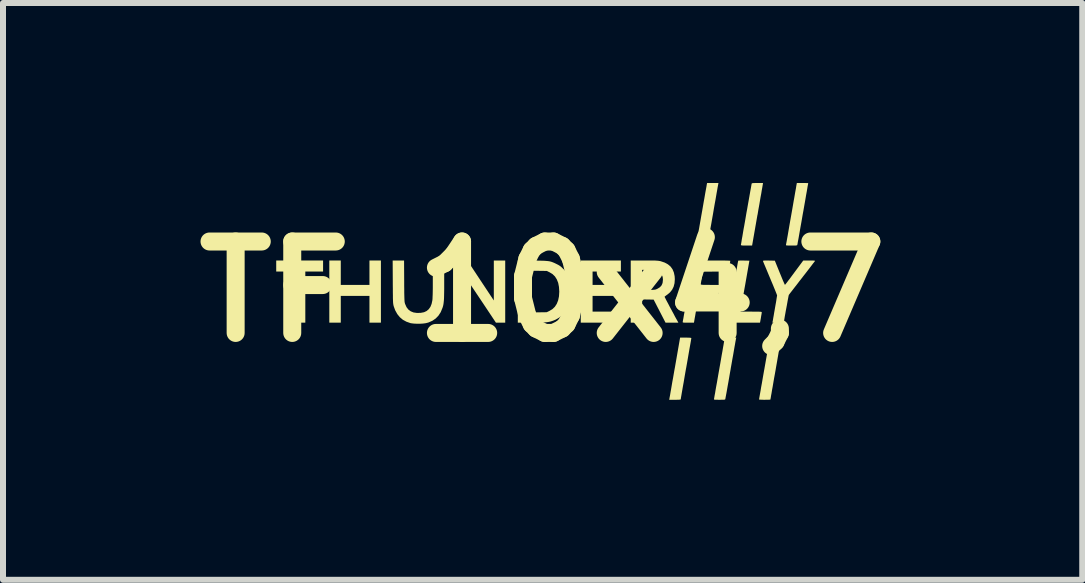
<source format=kicad_pcb>
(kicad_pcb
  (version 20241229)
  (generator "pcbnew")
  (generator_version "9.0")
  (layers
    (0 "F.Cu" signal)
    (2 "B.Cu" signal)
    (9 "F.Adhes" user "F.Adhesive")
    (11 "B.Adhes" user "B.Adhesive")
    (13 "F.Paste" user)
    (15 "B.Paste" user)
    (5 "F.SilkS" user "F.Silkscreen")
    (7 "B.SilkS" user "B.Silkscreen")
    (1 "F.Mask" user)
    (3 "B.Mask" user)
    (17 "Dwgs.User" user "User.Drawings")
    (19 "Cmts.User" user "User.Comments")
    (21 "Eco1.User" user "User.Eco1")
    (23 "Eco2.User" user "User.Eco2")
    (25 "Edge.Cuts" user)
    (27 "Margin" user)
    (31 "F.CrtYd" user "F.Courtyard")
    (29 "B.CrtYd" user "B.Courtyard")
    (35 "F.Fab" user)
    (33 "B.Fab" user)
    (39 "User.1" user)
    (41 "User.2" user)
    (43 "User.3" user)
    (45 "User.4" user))
  (footprint "TF 10x4,7"
    (layer "F.Cu")
    (at 5.994 1.81)
    (property "Reference" "TF 10x4,7" (at 0 0 0) (layer "F.SilkS") (effects (font (size 1.524 1.524) (thickness 0.3))))
    (attr board_only exclude_from_pos_files exclude_from_bom)
    (fp_poly (pts (xy -3.659 -0.334) (xy -3.955 -0.334) (xy -3.955 0.518) (xy -4.145 0.518) (xy -4.145 -0.334) (xy -4.44 -0.334) (xy -4.44 -0.518) (xy -3.659 -0.518)) (stroke (width 0) (type solid)) (fill yes) (layer "F.SilkS"))
    (fp_poly (pts (xy -3.364 -0.111) (xy -2.886 -0.111) (xy -2.886 -0.518) (xy -2.695 -0.518) (xy -2.695 0.518) (xy -2.886 0.518) (xy -2.886 0.072) (xy -3.364 0.072) (xy -3.364 0.518) (xy -3.555 0.518) (xy -3.555 -0.518) (xy -3.364 -0.518)) (stroke (width 0) (type solid)) (fill yes) (layer "F.SilkS"))
    (fp_poly (pts (xy 1.305 -0.334) (xy 0.833 -0.334) (xy 0.833 -0.111) (xy 1.194 -0.111) (xy 1.194 0.072) (xy 0.833 0.072) (xy 0.833 0.334) (xy 1.318 0.334) (xy 1.318 0.518) (xy 0.636 0.518) (xy 0.636 -0.518) (xy 1.305 -0.518)) (stroke (width 0) (type solid)) (fill yes) (layer "F.SilkS"))
    (fp_poly (pts (xy -1.034 -0.185) (xy -0.813 0.148) (xy -0.813 -0.185) (xy -0.813 -0.518) (xy -0.623 -0.518) (xy -0.623 0.518) (xy -0.778 0.518) (xy -1.015 0.162) (xy -1.253 -0.193) (xy -1.253 0.162) (xy -1.253 0.518) (xy -1.443 0.518) (xy -1.443 -0.518) (xy -1.254 -0.518)) (stroke (width 0) (type solid)) (fill yes) (layer "F.SilkS"))
    (fp_poly (pts (xy 2.425 0.768) (xy 2.453 0.769) (xy 2.47 0.771) (xy 2.478 0.774) (xy 2.479 0.775) (xy 2.478 0.783) (xy 2.475 0.802) (xy 2.47 0.833) (xy 2.463 0.873) (xy 2.454 0.922) (xy 2.444 0.979) (xy 2.433 1.043) (xy 2.421 1.113) (xy 2.408 1.188) (xy 2.394 1.267) (xy 2.39 1.287) (xy 2.376 1.366) (xy 2.363 1.442) (xy 2.351 1.514) (xy 2.339 1.579) (xy 2.329 1.638) (xy 2.32 1.689) (xy 2.313 1.731) (xy 2.307 1.764) (xy 2.304 1.786) (xy 2.302 1.796) (xy 2.302 1.797) (xy 2.296 1.8) (xy 2.278 1.802) (xy 2.249 1.803) (xy 2.212 1.804) (xy 2.206 1.804) (xy 2.11 1.804) (xy 2.114 1.785) (xy 2.115 1.776) (xy 2.119 1.755) (xy 2.125 1.723) (xy 2.132 1.681) (xy 2.141 1.631) (xy 2.151 1.572) (xy 2.162 1.507) (xy 2.175 1.437) (xy 2.188 1.361) (xy 2.202 1.282) (xy 2.205 1.267) (xy 2.292 0.767) (xy 2.386 0.767)) (stroke (width 0) (type solid)) (fill yes) (layer "F.SilkS"))
    (fp_poly (pts (xy 3.671 -1.792) (xy 3.67 -1.783) (xy 3.666 -1.762) (xy 3.661 -1.73) (xy 3.653 -1.688) (xy 3.645 -1.637) (xy 3.634 -1.579) (xy 3.623 -1.514) (xy 3.611 -1.443) (xy 3.597 -1.367) (xy 3.584 -1.288) (xy 3.58 -1.271) (xy 3.492 -0.767) (xy 3.399 -0.767) (xy 3.36 -0.768) (xy 3.334 -0.768) (xy 3.317 -0.77) (xy 3.308 -0.773) (xy 3.305 -0.776) (xy 3.306 -0.784) (xy 3.31 -0.803) (xy 3.315 -0.833) (xy 3.321 -0.873) (xy 3.33 -0.92) (xy 3.339 -0.975) (xy 3.349 -1.035) (xy 3.361 -1.099) (xy 3.373 -1.167) (xy 3.385 -1.237) (xy 3.397 -1.308) (xy 3.41 -1.378) (xy 3.422 -1.447) (xy 3.434 -1.514) (xy 3.445 -1.576) (xy 3.455 -1.633) (xy 3.464 -1.684) (xy 3.472 -1.727) (xy 3.478 -1.762) (xy 3.482 -1.786) (xy 3.485 -1.8) (xy 3.486 -1.802) (xy 3.491 -1.805) (xy 3.504 -1.808) (xy 3.528 -1.809) (xy 3.563 -1.81) (xy 3.581 -1.81) (xy 3.674 -1.81)) (stroke (width 0) (type solid)) (fill yes) (layer "F.SilkS"))
    (fp_poly (pts (xy 2.928 -1.795) (xy 2.927 -1.787) (xy 2.923 -1.766) (xy 2.917 -1.735) (xy 2.91 -1.693) (xy 2.901 -1.643) (xy 2.891 -1.585) (xy 2.88 -1.521) (xy 2.867 -1.451) (xy 2.854 -1.376) (xy 2.841 -1.298) (xy 2.84 -1.292) (xy 2.826 -1.213) (xy 2.813 -1.138) (xy 2.8 -1.067) (xy 2.789 -1.002) (xy 2.778 -0.943) (xy 2.769 -0.892) (xy 2.762 -0.85) (xy 2.756 -0.817) (xy 2.752 -0.796) (xy 2.751 -0.786) (xy 2.751 -0.785) (xy 2.747 -0.767) (xy 2.556 -0.767) (xy 2.56 -0.782) (xy 2.562 -0.791) (xy 2.565 -0.811) (xy 2.571 -0.843) (xy 2.578 -0.884) (xy 2.587 -0.934) (xy 2.597 -0.991) (xy 2.609 -1.056) (xy 2.621 -1.125) (xy 2.634 -1.199) (xy 2.646 -1.269) (xy 2.66 -1.347) (xy 2.673 -1.422) (xy 2.685 -1.492) (xy 2.697 -1.558) (xy 2.707 -1.617) (xy 2.716 -1.668) (xy 2.724 -1.711) (xy 2.73 -1.744) (xy 2.734 -1.766) (xy 2.735 -1.776) (xy 2.742 -1.81) (xy 2.932 -1.81)) (stroke (width 0) (type solid)) (fill yes) (layer "F.SilkS"))
    (fp_poly (pts (xy 3.944 0.768) (xy 3.96 0.769) (xy 3.969 0.771) (xy 3.973 0.774) (xy 3.974 0.778) (xy 3.973 0.786) (xy 3.97 0.807) (xy 3.965 0.837) (xy 3.958 0.878) (xy 3.949 0.928) (xy 3.939 0.986) (xy 3.928 1.05) (xy 3.916 1.12) (xy 3.903 1.195) (xy 3.889 1.274) (xy 3.886 1.293) (xy 3.872 1.372) (xy 3.858 1.448) (xy 3.846 1.519) (xy 3.835 1.584) (xy 3.824 1.643) (xy 3.816 1.693) (xy 3.808 1.735) (xy 3.803 1.768) (xy 3.799 1.789) (xy 3.797 1.799) (xy 3.797 1.8) (xy 3.791 1.801) (xy 3.774 1.802) (xy 3.749 1.803) (xy 3.717 1.803) (xy 3.702 1.804) (xy 3.669 1.803) (xy 3.64 1.802) (xy 3.619 1.801) (xy 3.608 1.799) (xy 3.607 1.799) (xy 3.609 1.792) (xy 3.612 1.772) (xy 3.617 1.743) (xy 3.624 1.703) (xy 3.633 1.654) (xy 3.642 1.597) (xy 3.654 1.533) (xy 3.666 1.463) (xy 3.679 1.388) (xy 3.693 1.309) (xy 3.698 1.282) (xy 3.788 0.771) (xy 3.881 0.769) (xy 3.918 0.768)) (stroke (width 0) (type solid)) (fill yes) (layer "F.SilkS"))
    (fp_poly (pts (xy 3.225 0.782) (xy 3.223 0.791) (xy 3.219 0.811) (xy 3.213 0.843) (xy 3.206 0.884) (xy 3.197 0.934) (xy 3.187 0.992) (xy 3.176 1.057) (xy 3.163 1.127) (xy 3.15 1.202) (xy 3.136 1.28) (xy 3.135 1.289) (xy 3.121 1.367) (xy 3.108 1.443) (xy 3.096 1.513) (xy 3.084 1.578) (xy 3.074 1.636) (xy 3.065 1.687) (xy 3.057 1.729) (xy 3.051 1.761) (xy 3.047 1.782) (xy 3.046 1.792) (xy 3.046 1.792) (xy 3.043 1.797) (xy 3.037 1.8) (xy 3.026 1.802) (xy 3.007 1.803) (xy 2.979 1.803) (xy 2.948 1.804) (xy 2.911 1.803) (xy 2.886 1.803) (xy 2.869 1.802) (xy 2.86 1.8) (xy 2.857 1.797) (xy 2.857 1.792) (xy 2.858 1.784) (xy 2.862 1.764) (xy 2.867 1.733) (xy 2.875 1.692) (xy 2.883 1.642) (xy 2.893 1.585) (xy 2.905 1.521) (xy 2.917 1.451) (xy 2.93 1.376) (xy 2.944 1.298) (xy 2.945 1.292) (xy 2.959 1.213) (xy 2.972 1.138) (xy 2.984 1.067) (xy 2.996 1.002) (xy 3.006 0.943) (xy 3.015 0.892) (xy 3.022 0.85) (xy 3.028 0.817) (xy 3.032 0.796) (xy 3.034 0.786) (xy 3.034 0.785) (xy 3.038 0.767) (xy 3.228 0.767)) (stroke (width 0) (type solid)) (fill yes) (layer "F.SilkS"))
    (fp_poly (pts (xy 3.345 -0.517) (xy 3.356 -0.517) (xy 3.447 -0.515) (xy 3.377 -0.115) (xy 3.364 -0.043) (xy 3.352 0.025) (xy 3.341 0.088) (xy 3.331 0.146) (xy 3.322 0.198) (xy 3.315 0.241) (xy 3.309 0.274) (xy 3.305 0.298) (xy 3.303 0.309) (xy 3.303 0.31) (xy 3.299 0.334) (xy 3.476 0.334) (xy 3.529 0.335) (xy 3.57 0.335) (xy 3.601 0.335) (xy 3.624 0.336) (xy 3.639 0.337) (xy 3.647 0.339) (xy 3.652 0.342) (xy 3.653 0.345) (xy 3.653 0.345) (xy 3.652 0.355) (xy 3.649 0.376) (xy 3.644 0.403) (xy 3.639 0.435) (xy 3.639 0.437) (xy 3.624 0.518) (xy 3.35 0.518) (xy 3.292 0.518) (xy 3.237 0.518) (xy 3.189 0.518) (xy 3.147 0.518) (xy 3.114 0.517) (xy 3.09 0.517) (xy 3.078 0.517) (xy 3.076 0.516) (xy 3.078 0.505) (xy 3.081 0.483) (xy 3.087 0.451) (xy 3.094 0.409) (xy 3.103 0.36) (xy 3.113 0.304) (xy 3.124 0.243) (xy 3.135 0.178) (xy 3.147 0.11) (xy 3.16 0.039) (xy 3.172 -0.031) (xy 3.185 -0.101) (xy 3.197 -0.17) (xy 3.209 -0.236) (xy 3.22 -0.297) (xy 3.23 -0.353) (xy 3.24 -0.403) (xy 3.247 -0.445) (xy 3.253 -0.478) (xy 3.258 -0.501) (xy 3.26 -0.513) (xy 3.261 -0.515) (xy 3.268 -0.516) (xy 3.286 -0.517) (xy 3.313 -0.517)) (stroke (width 0) (type solid)) (fill yes) (layer "F.SilkS"))
    (fp_poly (pts (xy 4.366 -1.81) (xy 4.394 -1.809) (xy 4.415 -1.809) (xy 4.426 -1.808) (xy 4.427 -1.807) (xy 4.426 -1.8) (xy 4.423 -1.782) (xy 4.417 -1.752) (xy 4.411 -1.714) (xy 4.403 -1.667) (xy 4.393 -1.613) (xy 4.383 -1.554) (xy 4.372 -1.49) (xy 4.36 -1.423) (xy 4.348 -1.353) (xy 4.335 -1.283) (xy 4.323 -1.212) (xy 4.311 -1.143) (xy 4.299 -1.077) (xy 4.288 -1.014) (xy 4.278 -0.957) (xy 4.269 -0.905) (xy 4.261 -0.861) (xy 4.254 -0.826) (xy 4.25 -0.8) (xy 4.247 -0.785) (xy 4.246 -0.782) (xy 4.245 -0.776) (xy 4.241 -0.772) (xy 4.233 -0.77) (xy 4.22 -0.768) (xy 4.198 -0.768) (xy 4.166 -0.767) (xy 4.149 -0.767) (xy 4.112 -0.767) (xy 4.086 -0.768) (xy 4.069 -0.769) (xy 4.06 -0.771) (xy 4.057 -0.774) (xy 4.057 -0.779) (xy 4.057 -0.779) (xy 4.058 -0.787) (xy 4.062 -0.807) (xy 4.068 -0.838) (xy 4.075 -0.879) (xy 4.084 -0.928) (xy 4.094 -0.986) (xy 4.105 -1.05) (xy 4.117 -1.12) (xy 4.13 -1.194) (xy 4.144 -1.273) (xy 4.145 -1.279) (xy 4.159 -1.358) (xy 4.172 -1.433) (xy 4.184 -1.504) (xy 4.196 -1.57) (xy 4.206 -1.629) (xy 4.215 -1.68) (xy 4.223 -1.723) (xy 4.228 -1.756) (xy 4.232 -1.778) (xy 4.234 -1.789) (xy 4.234 -1.789) (xy 4.238 -1.81) (xy 4.332 -1.81)) (stroke (width 0) (type solid)) (fill yes) (layer "F.SilkS"))
    (fp_poly (pts (xy -0.162 -0.516) (xy -0.094 -0.516) (xy -0.037 -0.515) (xy 0.01 -0.514) (xy 0.048 -0.512) (xy 0.08 -0.509) (xy 0.107 -0.506) (xy 0.13 -0.501) (xy 0.151 -0.495) (xy 0.172 -0.487) (xy 0.194 -0.478) (xy 0.219 -0.466) (xy 0.229 -0.461) (xy 0.261 -0.445) (xy 0.287 -0.429) (xy 0.311 -0.41) (xy 0.338 -0.384) (xy 0.345 -0.378) (xy 0.372 -0.349) (xy 0.392 -0.325) (xy 0.409 -0.3) (xy 0.425 -0.27) (xy 0.428 -0.262) (xy 0.447 -0.223) (xy 0.46 -0.189) (xy 0.47 -0.158) (xy 0.476 -0.125) (xy 0.48 -0.088) (xy 0.481 -0.044) (xy 0.482 0) (xy 0.481 0.053) (xy 0.479 0.096) (xy 0.475 0.131) (xy 0.468 0.164) (xy 0.458 0.195) (xy 0.443 0.229) (xy 0.428 0.262) (xy 0.389 0.326) (xy 0.34 0.383) (xy 0.283 0.43) (xy 0.217 0.468) (xy 0.173 0.486) (xy 0.148 0.494) (xy 0.125 0.501) (xy 0.1 0.506) (xy 0.073 0.51) (xy 0.043 0.513) (xy 0.007 0.516) (xy -0.037 0.517) (xy -0.089 0.518) (xy -0.153 0.518) (xy -0.187 0.518) (xy -0.413 0.518) (xy -0.413 -0.348) (xy -0.223 -0.348) (xy -0.223 0.349) (xy -0.077 0.346) (xy 0.069 0.344) (xy 0.113 0.323) (xy 0.163 0.293) (xy 0.204 0.254) (xy 0.236 0.205) (xy 0.259 0.147) (xy 0.273 0.08) (xy 0.278 0.003) (xy 0.278 0) (xy 0.273 -0.077) (xy 0.26 -0.145) (xy 0.237 -0.203) (xy 0.206 -0.252) (xy 0.165 -0.292) (xy 0.115 -0.322) (xy 0.113 -0.323) (xy 0.069 -0.344) (xy -0.077 -0.346) (xy -0.223 -0.348) (xy -0.413 -0.348) (xy -0.413 -0.519)) (stroke (width 0) (type solid)) (fill yes) (layer "F.SilkS"))
    (fp_poly (pts (xy 1.756 -0.518) (xy 1.806 -0.518) (xy 1.846 -0.517) (xy 1.878 -0.517) (xy 1.903 -0.515) (xy 1.924 -0.514) (xy 1.94 -0.511) (xy 1.956 -0.509) (xy 1.971 -0.505) (xy 1.971 -0.505) (xy 2.036 -0.483) (xy 2.089 -0.454) (xy 2.133 -0.417) (xy 2.166 -0.371) (xy 2.188 -0.318) (xy 2.201 -0.256) (xy 2.204 -0.205) (xy 2.199 -0.139) (xy 2.184 -0.081) (xy 2.159 -0.031) (xy 2.124 0.013) (xy 2.081 0.049) (xy 2.06 0.064) (xy 2.043 0.077) (xy 2.034 0.085) (xy 2.033 0.087) (xy 2.036 0.093) (xy 2.045 0.11) (xy 2.057 0.135) (xy 2.074 0.167) (xy 2.094 0.204) (xy 2.115 0.245) (xy 2.138 0.288) (xy 2.162 0.332) (xy 2.185 0.374) (xy 2.206 0.415) (xy 2.226 0.451) (xy 2.241 0.477) (xy 2.263 0.518) (xy 2.156 0.518) (xy 2.049 0.518) (xy 1.95 0.326) (xy 1.851 0.134) (xy 1.659 0.131) (xy 1.659 0.518) (xy 1.469 0.518) (xy 1.469 -0.362) (xy 1.659 -0.362) (xy 1.659 -0.025) (xy 1.769 -0.027) (xy 1.81 -0.028) (xy 1.84 -0.029) (xy 1.862 -0.031) (xy 1.878 -0.033) (xy 1.892 -0.037) (xy 1.905 -0.043) (xy 1.918 -0.049) (xy 1.956 -0.073) (xy 1.982 -0.102) (xy 1.998 -0.138) (xy 2.001 -0.151) (xy 2.006 -0.2) (xy 2.001 -0.245) (xy 1.984 -0.284) (xy 1.959 -0.316) (xy 1.924 -0.339) (xy 1.923 -0.34) (xy 1.909 -0.346) (xy 1.895 -0.351) (xy 1.88 -0.354) (xy 1.861 -0.356) (xy 1.836 -0.358) (xy 1.801 -0.359) (xy 1.772 -0.36) (xy 1.659 -0.362) (xy 1.469 -0.362) (xy 1.469 -0.518) (xy 1.694 -0.518)) (stroke (width 0) (type solid)) (fill yes) (layer "F.SilkS"))
    (fp_poly (pts (xy -2.307 -0.175) (xy -2.307 -0.099) (xy -2.306 -0.035) (xy -2.306 0.018) (xy -2.305 0.061) (xy -2.304 0.097) (xy -2.303 0.125) (xy -2.302 0.147) (xy -2.301 0.164) (xy -2.299 0.178) (xy -2.297 0.189) (xy -2.294 0.199) (xy -2.291 0.209) (xy -2.29 0.21) (xy -2.268 0.26) (xy -2.237 0.3) (xy -2.198 0.329) (xy -2.151 0.348) (xy -2.096 0.356) (xy -2.033 0.355) (xy -2.028 0.354) (xy -1.976 0.344) (xy -1.933 0.324) (xy -1.898 0.294) (xy -1.87 0.255) (xy -1.85 0.205) (xy -1.837 0.144) (xy -1.837 0.142) (xy -1.835 0.123) (xy -1.834 0.092) (xy -1.832 0.05) (xy -1.831 -0.001) (xy -1.83 -0.06) (xy -1.83 -0.127) (xy -1.83 -0.199) (xy -1.83 -0.214) (xy -1.83 -0.518) (xy -1.64 -0.518) (xy -1.64 -0.197) (xy -1.64 -0.115) (xy -1.64 -0.044) (xy -1.641 0.015) (xy -1.642 0.066) (xy -1.643 0.108) (xy -1.645 0.144) (xy -1.648 0.174) (xy -1.651 0.2) (xy -1.655 0.223) (xy -1.66 0.244) (xy -1.666 0.264) (xy -1.67 0.275) (xy -1.698 0.343) (xy -1.735 0.4) (xy -1.781 0.448) (xy -1.836 0.486) (xy -1.899 0.514) (xy -1.912 0.518) (xy -1.948 0.527) (xy -1.993 0.533) (xy -2.043 0.536) (xy -2.094 0.536) (xy -2.142 0.534) (xy -2.184 0.529) (xy -2.202 0.526) (xy -2.27 0.502) (xy -2.329 0.47) (xy -2.38 0.427) (xy -2.422 0.375) (xy -2.457 0.312) (xy -2.48 0.249) (xy -2.483 0.238) (xy -2.486 0.228) (xy -2.488 0.216) (xy -2.49 0.203) (xy -2.492 0.186) (xy -2.493 0.165) (xy -2.494 0.138) (xy -2.495 0.105) (xy -2.495 0.064) (xy -2.496 0.014) (xy -2.496 -0.046) (xy -2.497 -0.118) (xy -2.497 -0.159) (xy -2.499 -0.518) (xy -2.309 -0.518)) (stroke (width 0) (type solid)) (fill yes) (layer "F.SilkS"))
    (fp_poly (pts (xy 2.884 -0.518) (xy 2.942 -0.518) (xy 2.994 -0.517) (xy 3.039 -0.517) (xy 3.077 -0.516) (xy 3.105 -0.515) (xy 3.123 -0.514) (xy 3.128 -0.513) (xy 3.127 -0.505) (xy 3.125 -0.487) (xy 3.12 -0.461) (xy 3.115 -0.429) (xy 3.114 -0.421) (xy 3.099 -0.335) (xy 2.886 -0.333) (xy 2.673 -0.331) (xy 2.655 -0.233) (xy 2.649 -0.198) (xy 2.643 -0.167) (xy 2.639 -0.142) (xy 2.637 -0.126) (xy 2.637 -0.123) (xy 2.637 -0.119) (xy 2.641 -0.117) (xy 2.648 -0.115) (xy 2.661 -0.113) (xy 2.682 -0.112) (xy 2.711 -0.112) (xy 2.75 -0.112) (xy 2.8 -0.111) (xy 2.801 -0.111) (xy 2.851 -0.111) (xy 2.89 -0.111) (xy 2.919 -0.111) (xy 2.939 -0.11) (xy 2.952 -0.108) (xy 2.959 -0.106) (xy 2.962 -0.104) (xy 2.962 -0.1) (xy 2.962 -0.1) (xy 2.96 -0.09) (xy 2.956 -0.071) (xy 2.951 -0.045) (xy 2.946 -0.017) (xy 2.941 0.012) (xy 2.936 0.038) (xy 2.933 0.058) (xy 2.932 0.068) (xy 2.932 0.069) (xy 2.925 0.07) (xy 2.908 0.07) (xy 2.88 0.071) (xy 2.845 0.072) (xy 2.804 0.072) (xy 2.766 0.072) (xy 2.6 0.072) (xy 2.575 0.218) (xy 2.567 0.266) (xy 2.558 0.315) (xy 2.55 0.362) (xy 2.543 0.404) (xy 2.537 0.436) (xy 2.536 0.441) (xy 2.523 0.518) (xy 2.428 0.518) (xy 2.391 0.518) (xy 2.365 0.518) (xy 2.349 0.517) (xy 2.34 0.515) (xy 2.336 0.512) (xy 2.335 0.507) (xy 2.336 0.503) (xy 2.337 0.495) (xy 2.341 0.474) (xy 2.347 0.443) (xy 2.354 0.401) (xy 2.363 0.351) (xy 2.373 0.293) (xy 2.384 0.228) (xy 2.397 0.158) (xy 2.41 0.082) (xy 2.424 0.003) (xy 2.427 -0.015) (xy 2.515 -0.518) (xy 2.822 -0.518)) (stroke (width 0) (type solid)) (fill yes) (layer "F.SilkS"))
    (fp_poly (pts (xy 4.486 -0.518) (xy 4.514 -0.517) (xy 4.532 -0.515) (xy 4.54 -0.513) (xy 4.541 -0.51) (xy 4.536 -0.504) (xy 4.524 -0.488) (xy 4.505 -0.464) (xy 4.481 -0.432) (xy 4.452 -0.394) (xy 4.418 -0.35) (xy 4.381 -0.302) (xy 4.341 -0.251) (xy 4.322 -0.226) (xy 4.281 -0.174) (xy 4.243 -0.124) (xy 4.207 -0.078) (xy 4.176 -0.038) (xy 4.149 -0.003) (xy 4.128 0.024) (xy 4.113 0.044) (xy 4.105 0.055) (xy 4.104 0.056) (xy 4.102 0.064) (xy 4.098 0.082) (xy 4.093 0.109) (xy 4.086 0.145) (xy 4.079 0.185) (xy 4.071 0.23) (xy 4.062 0.277) (xy 4.053 0.324) (xy 4.045 0.37) (xy 4.037 0.413) (xy 4.031 0.45) (xy 4.026 0.481) (xy 4.022 0.502) (xy 4.02 0.514) (xy 4.02 0.515) (xy 4.014 0.516) (xy 3.997 0.517) (xy 3.972 0.518) (xy 3.94 0.518) (xy 3.925 0.518) (xy 3.83 0.518) (xy 3.833 0.503) (xy 3.836 0.491) (xy 3.84 0.469) (xy 3.845 0.438) (xy 3.852 0.4) (xy 3.859 0.357) (xy 3.867 0.312) (xy 3.875 0.265) (xy 3.883 0.219) (xy 3.891 0.176) (xy 3.897 0.137) (xy 3.902 0.104) (xy 3.906 0.08) (xy 3.908 0.066) (xy 3.909 0.064) (xy 3.906 0.056) (xy 3.899 0.037) (xy 3.888 0.009) (xy 3.873 -0.028) (xy 3.855 -0.072) (xy 3.835 -0.121) (xy 3.812 -0.175) (xy 3.793 -0.221) (xy 3.769 -0.278) (xy 3.747 -0.331) (xy 3.727 -0.379) (xy 3.709 -0.422) (xy 3.694 -0.457) (xy 3.683 -0.484) (xy 3.676 -0.501) (xy 3.674 -0.507) (xy 3.674 -0.511) (xy 3.677 -0.514) (xy 3.685 -0.516) (xy 3.7 -0.517) (xy 3.724 -0.517) (xy 3.759 -0.517) (xy 3.771 -0.517) (xy 3.871 -0.515) (xy 3.953 -0.313) (xy 3.973 -0.265) (xy 3.991 -0.221) (xy 4.007 -0.182) (xy 4.021 -0.151) (xy 4.031 -0.128) (xy 4.038 -0.114) (xy 4.039 -0.111) (xy 4.044 -0.117) (xy 4.056 -0.131) (xy 4.074 -0.154) (xy 4.096 -0.184) (xy 4.124 -0.22) (xy 4.154 -0.261) (xy 4.187 -0.305) (xy 4.194 -0.315) (xy 4.345 -0.518) (xy 4.445 -0.518)) (stroke (width 0) (type solid)) (fill yes) (layer "F.SilkS")))
  (gr_rect
    (start -3 -3)
    (end 14.989 6.614)
    (stroke (width 0.1) (type default))
    (fill no)
    (layer "Edge.Cuts")))
</source>
